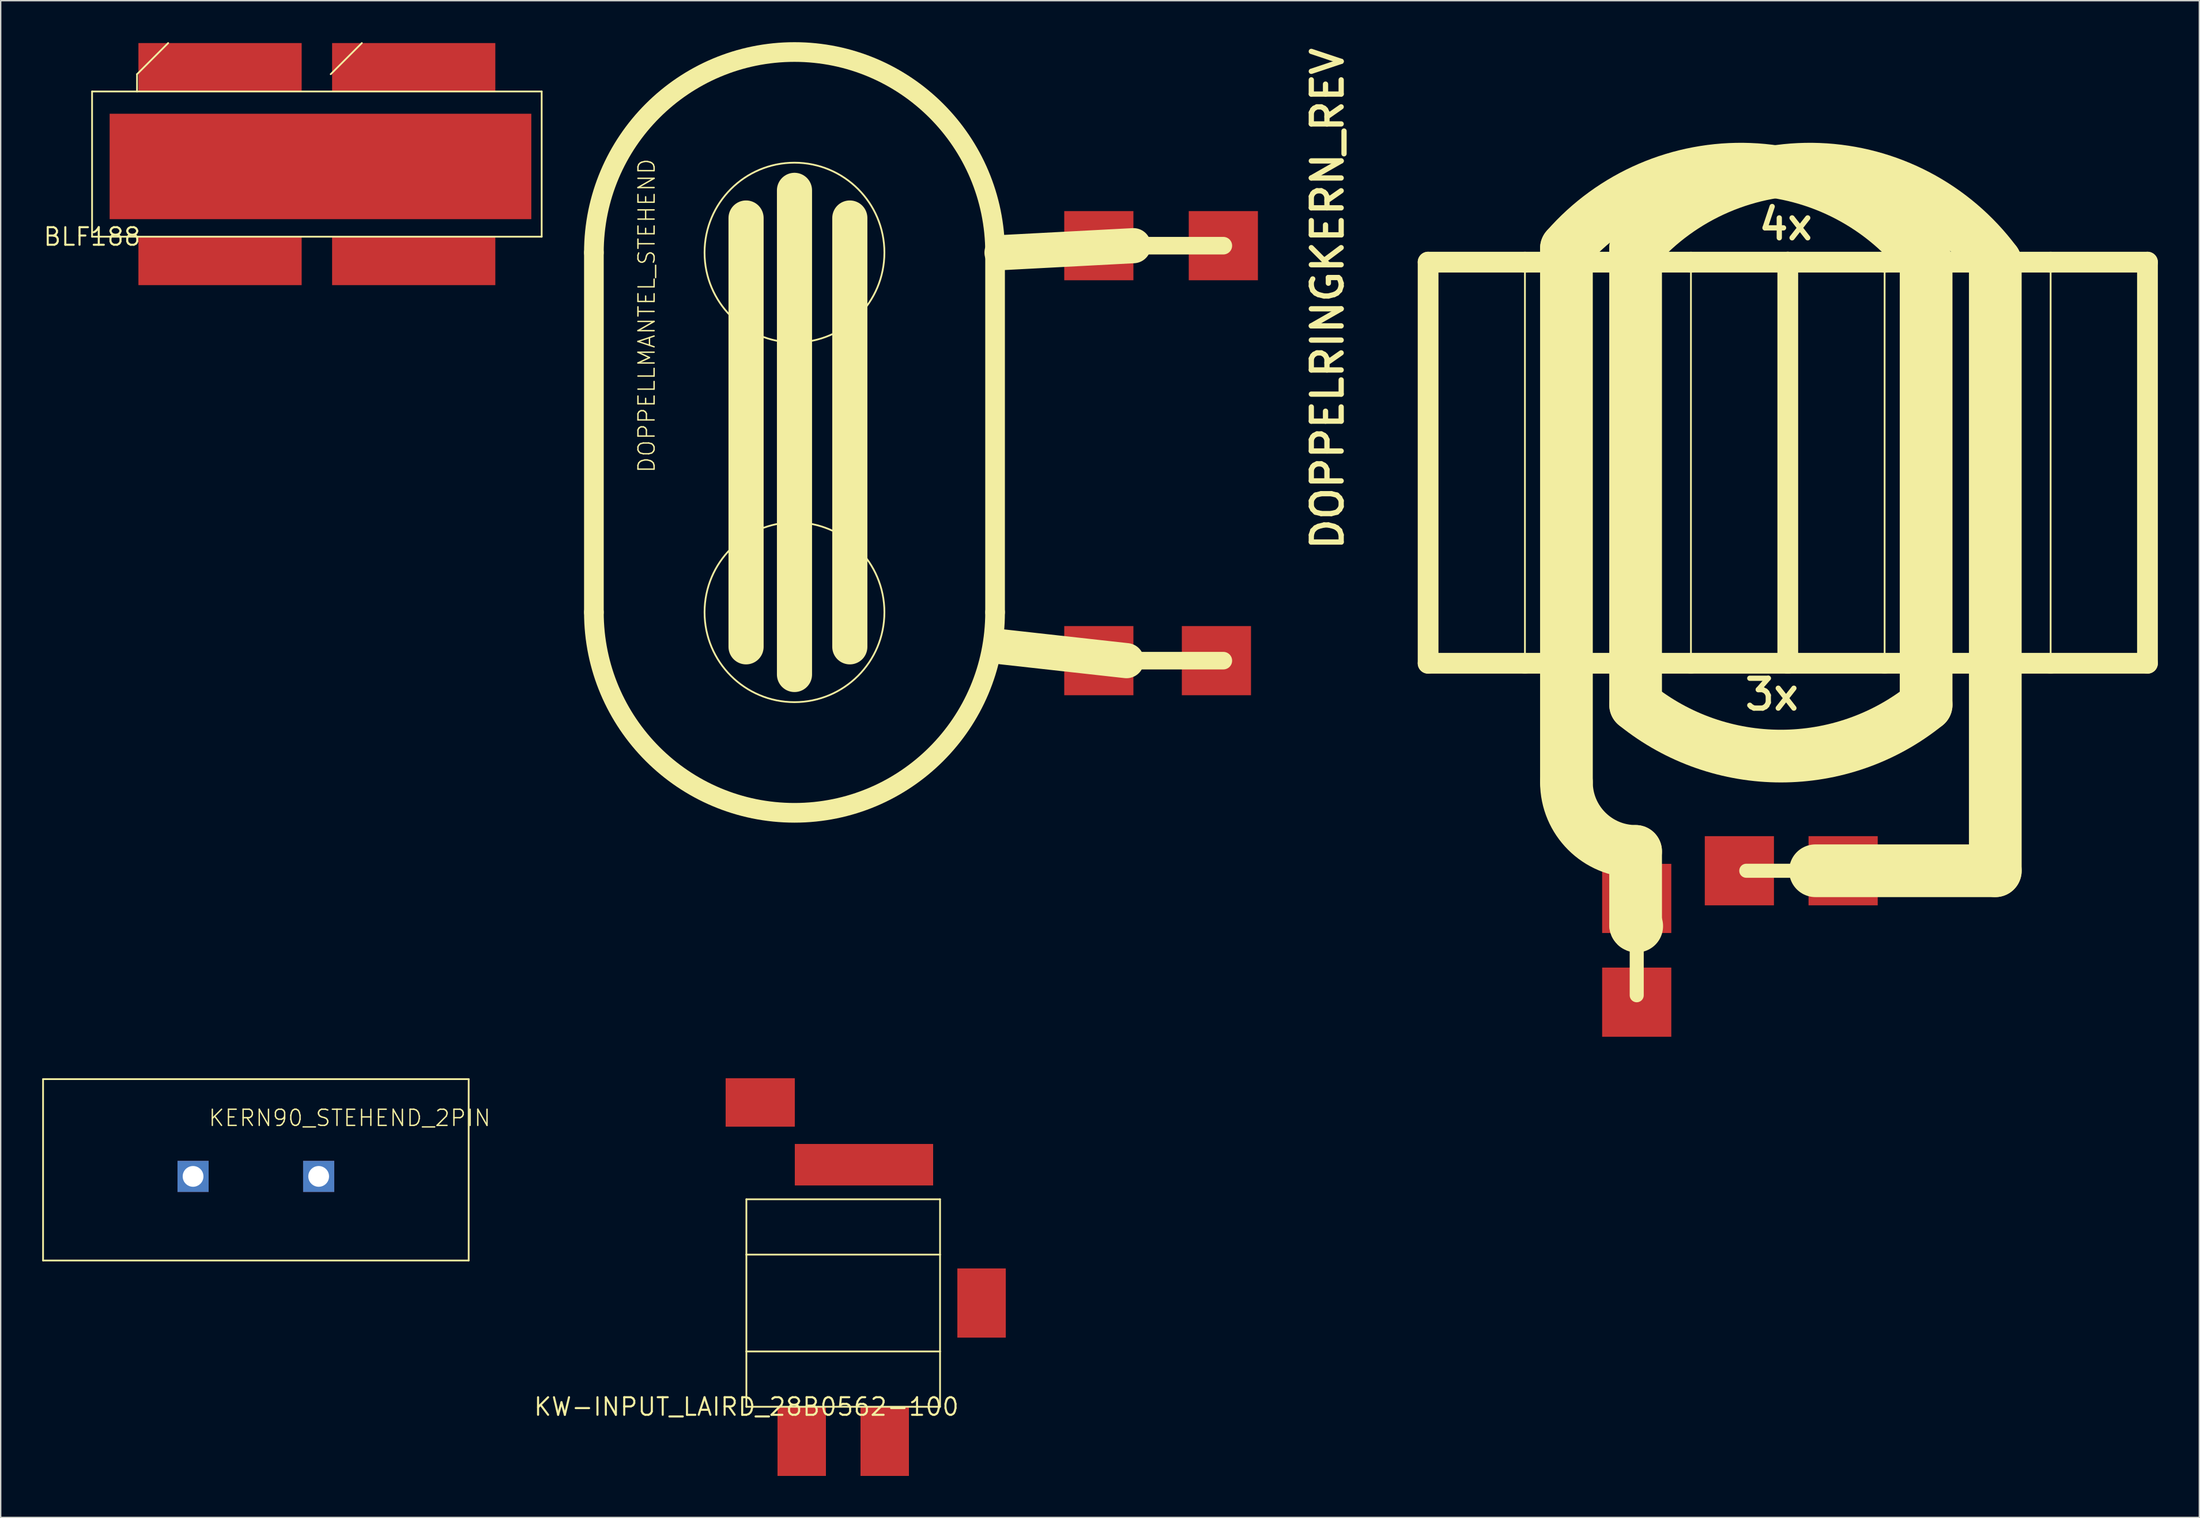
<source format=kicad_pcb>
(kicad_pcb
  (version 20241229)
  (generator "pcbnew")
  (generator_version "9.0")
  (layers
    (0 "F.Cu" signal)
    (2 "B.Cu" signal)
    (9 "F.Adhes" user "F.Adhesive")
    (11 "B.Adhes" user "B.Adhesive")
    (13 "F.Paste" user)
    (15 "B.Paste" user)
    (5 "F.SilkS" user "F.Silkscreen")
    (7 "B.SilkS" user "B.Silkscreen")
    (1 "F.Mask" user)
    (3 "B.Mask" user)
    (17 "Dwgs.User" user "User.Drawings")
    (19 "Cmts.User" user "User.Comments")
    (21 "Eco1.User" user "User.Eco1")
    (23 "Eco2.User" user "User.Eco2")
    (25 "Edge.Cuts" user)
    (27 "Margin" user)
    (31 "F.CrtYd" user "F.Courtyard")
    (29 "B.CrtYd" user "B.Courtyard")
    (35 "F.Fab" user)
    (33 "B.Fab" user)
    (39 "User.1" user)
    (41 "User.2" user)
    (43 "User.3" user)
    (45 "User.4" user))
  (footprint "BLF188"
    (layer "F.Cu")
    (at 3.606 14.063)
    (property "Reference" "BLF188" (at 0 0 0) (layer "F.SilkS") (effects (font (size 1.27 1.27) (thickness 0.15))))
    (fp_line (start 0 -10.5) (end 0 0) (stroke (width 0.127) (type solid)) (layer "F.SilkS"))
    (fp_line (start 0 0) (end 32.5 0) (stroke (width 0.127) (type solid)) (layer "F.SilkS"))
    (fp_line (start 3.25 -11.75) (end 5.5 -14) (stroke (width 0.127) (type solid)) (layer "F.SilkS"))
    (fp_line (start 3.25 -10.5) (end 0 -10.5) (stroke (width 0.127) (type solid)) (layer "F.SilkS"))
    (fp_line (start 3.25 -10.5) (end 3.25 -11.75) (stroke (width 0.127) (type solid)) (layer "F.SilkS"))
    (fp_line (start 17.25 -11.75) (end 19.5 -14) (stroke (width 0.127) (type solid)) (layer "F.SilkS"))
    (fp_line (start 32.5 -10.5) (end 3.25 -10.5) (stroke (width 0.127) (type solid)) (layer "F.SilkS"))
    (fp_line (start 32.5 0) (end 32.5 -10.5) (stroke (width 0.127) (type solid)) (layer "F.SilkS"))
    (pad "1" smd rect (at 9.25 -12.25 90) (size 3.5 11.8) (layers "F.Cu" "F.Mask" "F.Paste"))
    (pad "2" smd rect (at 23.25 -12.25 90) (size 3.5 11.8) (layers "F.Cu" "F.Mask" "F.Paste"))
    (pad "3" smd rect (at 9.25 1.75 90) (size 3.5 11.8) (layers "F.Cu" "F.Mask" "F.Paste"))
    (pad "4" smd rect (at 23.25 1.75 90) (size 3.5 11.8) (layers "F.Cu" "F.Mask" "F.Paste"))
    (pad "PAD" smd rect (at 16.51 -5.08) (size 30.48 7.62) (layers "F.Cu" "F.Mask" "F.Paste")))
  (footprint "DOPPELLMANTEL_STEHEND"
    (layer "F.Cu")
    (at 39.88 55.211)
    (property "Reference" "DOPPELLMANTEL_STEHEND" (at 4.5 -24 90) (layer "F.SilkS") (effects (font (size 1.168 1.168) (thickness 0.102)) (justify left bottom)))
    (fp_line (start 0 -40) (end 0 -14) (stroke (width 1.422) (type solid)) (layer "F.SilkS"))
    (fp_line (start 11 -42.5) (end 11 -11.5) (stroke (width 2.54) (type solid)) (layer "F.SilkS"))
    (fp_line (start 14.5 -44.5) (end 14.5 -9.5) (stroke (width 2.54) (type solid)) (layer "F.SilkS"))
    (fp_line (start 18.5 -42.5) (end 18.5 -11.5) (stroke (width 2.54) (type solid)) (layer "F.SilkS"))
    (fp_line (start 29 -14) (end 29 -40) (stroke (width 1.422) (type solid)) (layer "F.SilkS"))
    (fp_line (start 38.5 -10.5) (end 29.5 -11.5) (stroke (width 2.54) (type solid)) (layer "F.SilkS"))
    (fp_line (start 39 -40.5) (end 29.5 -40) (stroke (width 2.54) (type solid)) (layer "F.SilkS"))
    (fp_line (start 45.5 -40.5) (end 39 -40.5) (stroke (width 1.27) (type solid)) (layer "F.SilkS"))
    (fp_line (start 45.5 -10.5) (end 38.5 -10.5) (stroke (width 1.27) (type solid)) (layer "F.SilkS"))
    (fp_arc (start 0 -40) (mid 14.5 -54.5) (end 29 -40) (stroke (width 1.4224) (type solid)) (layer "F.SilkS"))
    (fp_arc (start 29 -14) (mid 14.5 0.5) (end 0 -14) (stroke (width 1.4224) (type solid)) (layer "F.SilkS"))
    (fp_circle (center 14.5 -40) (end 21 -40) (stroke (width 0.127) (type solid)) (fill no) (layer "F.SilkS"))
    (fp_circle (center 14.5 -14) (end 21 -14) (stroke (width 0.127) (type solid)) (fill no) (layer "F.SilkS"))
    (pad "P1" smd rect (at 45.5 -40.5 270) (size 5 5) (layers "F.Cu" "F.Mask" "F.Paste"))
    (pad "P2" smd rect (at 45 -10.5 90) (size 5 5) (layers "F.Cu" "F.Mask" "F.Paste"))
    (pad "S1" smd rect (at 36.5 -40.5 270) (size 5 5) (layers "F.Cu" "F.Mask" "F.Paste"))
    (pad "S2" smd rect (at 36.5 -10.5 90) (size 5 5) (layers "F.Cu" "F.Mask" "F.Paste")))
  (footprint "DOPPELRINGKERN_REV"
    (layer "F.Cu")
    (at 100.182 15.9)
    (property "Reference" "DOPPELRINGKERN_REV" (at -6 21 90) (layer "F.SilkS") (effects (font (size 2.159 2.159) (thickness 0.381)) (justify left bottom)))
    (fp_line (start 0 0) (end 7 0) (stroke (width 1.5) (type solid)) (layer "F.SilkS"))
    (fp_line (start 0 29) (end 0 0) (stroke (width 1.5) (type solid)) (layer "F.SilkS"))
    (fp_line (start 7 0) (end 19 0) (stroke (width 1.5) (type solid)) (layer "F.SilkS"))
    (fp_line (start 7 29) (end 0 29) (stroke (width 1.5) (type solid)) (layer "F.SilkS"))
    (fp_line (start 7 29) (end 7 0) (stroke (width 0.127) (type solid)) (layer "F.SilkS"))
    (fp_line (start 10 37.6) (end 10 -1) (stroke (width 3.81) (type solid)) (layer "F.SilkS"))
    (fp_line (start 15 32) (end 15 -1) (stroke (width 3.81) (type solid)) (layer "F.SilkS"))
    (fp_line (start 15 47.92) (end 15 42.6) (stroke (width 3.81) (type solid)) (layer "F.SilkS"))
    (fp_line (start 15.08 53) (end 15.08 48) (stroke (width 1.016) (type solid)) (layer "F.SilkS"))
    (fp_line (start 19 0) (end 26 0) (stroke (width 1.5) (type solid)) (layer "F.SilkS"))
    (fp_line (start 19 29) (end 7 29) (stroke (width 1.5) (type solid)) (layer "F.SilkS"))
    (fp_line (start 19 29) (end 19 0) (stroke (width 0.127) (type solid)) (layer "F.SilkS"))
    (fp_line (start 26 0) (end 33 0) (stroke (width 1.5) (type solid)) (layer "F.SilkS"))
    (fp_line (start 26 29) (end 19 29) (stroke (width 1.5) (type solid)) (layer "F.SilkS"))
    (fp_line (start 26 29) (end 26 0) (stroke (width 1.5) (type solid)) (layer "F.SilkS"))
    (fp_line (start 28 44) (end 23 44) (stroke (width 1.016) (type solid)) (layer "F.SilkS"))
    (fp_line (start 33 0) (end 36 0) (stroke (width 1.5) (type solid)) (layer "F.SilkS"))
    (fp_line (start 33 29) (end 26 29) (stroke (width 1.5) (type solid)) (layer "F.SilkS"))
    (fp_line (start 33 29) (end 33 0) (stroke (width 0.127) (type solid)) (layer "F.SilkS"))
    (fp_line (start 36 0) (end 36 32) (stroke (width 3.81) (type solid)) (layer "F.SilkS"))
    (fp_line (start 36 0) (end 41 0) (stroke (width 1.5) (type solid)) (layer "F.SilkS"))
    (fp_line (start 41 0) (end 41 44) (stroke (width 3.81) (type solid)) (layer "F.SilkS"))
    (fp_line (start 41 0) (end 45 0) (stroke (width 1.5) (type solid)) (layer "F.SilkS"))
    (fp_line (start 41 44) (end 28 44) (stroke (width 3.81) (type solid)) (layer "F.SilkS"))
    (fp_line (start 45 0) (end 52 0) (stroke (width 1.5) (type solid)) (layer "F.SilkS"))
    (fp_line (start 45 29) (end 33 29) (stroke (width 1.5) (type solid)) (layer "F.SilkS"))
    (fp_line (start 45 29) (end 45 0) (stroke (width 0.127) (type solid)) (layer "F.SilkS"))
    (fp_line (start 52 0) (end 52 29) (stroke (width 1.5) (type solid)) (layer "F.SilkS"))
    (fp_line (start 52 29) (end 45 29) (stroke (width 1.5) (type solid)) (layer "F.SilkS"))
    (fp_arc (start 10 -1) (mid 23.238818 -6.709274) (end 35.999999 0) (stroke (width 3.81) (type solid)) (layer "F.SilkS"))
    (fp_arc (start 15 -1) (mid 28.238818 -6.709274) (end 40.999999 0) (stroke (width 3.81) (type solid)) (layer "F.SilkS"))
    (fp_arc (start 15 42.6) (mid 11.464466 41.135534) (end 10 37.6) (stroke (width 3.81) (type solid)) (layer "F.SilkS"))
    (fp_arc (start 15.08 48) (mid 15.023431 47.976569) (end 15 47.92) (stroke (width 3.81) (type solid)) (layer "F.SilkS"))
    (fp_arc (start 36 32) (mid 25.499999 35.710775) (end 14.999999 31.999999) (stroke (width 3.81) (type solid)) (layer "F.SilkS"))
    (fp_text user "4x" (at 28 -4 0) (layer "F.SilkS") (effects (font (size 2.159 2.159) (thickness 0.381)) (justify right top)))
    (fp_text user "3x" (at 27 30 0) (layer "F.SilkS") (effects (font (size 2.159 2.159) (thickness 0.381)) (justify right top)))
    (pad "P1" smd rect (at 15.08 53.5 180) (size 5 5) (layers "F.Cu" "F.Mask" "F.Paste"))
    (pad "P2" smd rect (at 22.5 44 180) (size 5 5) (layers "F.Cu" "F.Mask" "F.Paste"))
    (pad "S1" smd rect (at 15.08 46 180) (size 5 5) (layers "F.Cu" "F.Mask" "F.Paste"))
    (pad "S2" smd rect (at 30 44 180) (size 5 5) (layers "F.Cu" "F.Mask" "F.Paste")))
  (footprint "KERN90_STEHEND_2PIN"
    (layer "F.Cu")
    (at 15.446 81.996)
    (property "Reference" "KERN90_STEHEND_2PIN" (at -3.493 -3.54 0) (layer "F.SilkS") (effects (font (size 1.168 1.168) (thickness 0.102)) (justify left bottom)))
    (fp_line (start -15.383 -7.032) (end -15.383 6.08) (stroke (width 0.127) (type solid)) (layer "F.SilkS"))
    (fp_line (start -15.383 6.08) (end 15.383 6.08) (stroke (width 0.127) (type solid)) (layer "F.SilkS"))
    (fp_line (start 15.383 -7.032) (end -15.383 -7.032) (stroke (width 0.127) (type solid)) (layer "F.SilkS"))
    (fp_line (start 15.383 6.08) (end 15.383 -7.032) (stroke (width 0.127) (type solid)) (layer "F.SilkS"))
    (pad "P$1" thru_hole rect (at -4.54 0) (size 2.25 2.25) (drill 1.5) (layers "*.Cu" "*.Mask"))
    (pad "P$2" thru_hole rect (at 4.54 0) (size 2.25 2.25) (drill 1.5) (layers "*.Cu" "*.Mask")))
  (footprint "KW-INPUT_LAIRD_28B0562-100"
    (layer "F.Cu")
    (at 50.903 98.65)
    (property "Reference" "KW-INPUT_LAIRD_28B0562-100" (at 0 0 0) (layer "F.SilkS") (effects (font (size 1.27 1.27) (thickness 0.15))))
    (fp_line (start 0 -15) (end 0 -11) (stroke (width 0.127) (type solid)) (layer "F.SilkS"))
    (fp_line (start 0 -11) (end 0 -4) (stroke (width 0.127) (type solid)) (layer "F.SilkS"))
    (fp_line (start 0 -11) (end 14 -11) (stroke (width 0.127) (type solid)) (layer "F.SilkS"))
    (fp_line (start 0 -4) (end 0 0) (stroke (width 0.127) (type solid)) (layer "F.SilkS"))
    (fp_line (start 0 -4) (end 14 -4) (stroke (width 0.127) (type solid)) (layer "F.SilkS"))
    (fp_line (start 0 0) (end 14 0) (stroke (width 0.127) (type solid)) (layer "F.SilkS"))
    (fp_line (start 14 -15) (end 0 -15) (stroke (width 0.127) (type solid)) (layer "F.SilkS"))
    (fp_line (start 14 -11) (end 14 -15) (stroke (width 0.127) (type solid)) (layer "F.SilkS"))
    (fp_line (start 14 -4) (end 14 -11) (stroke (width 0.127) (type solid)) (layer "F.SilkS"))
    (fp_line (start 14 0) (end 14 -4) (stroke (width 0.127) (type solid)) (layer "F.SilkS"))
    (pad "COM" smd rect (at 8.5 -17.5) (size 10 3) (layers "F.Cu" "F.Mask" "F.Paste"))
    (pad "GND" smd rect (at 17 -7.5 270) (size 5 3.5) (layers "F.Cu" "F.Mask" "F.Paste"))
    (pad "IN" smd rect (at 1 -22 180) (size 5 3.5) (layers "F.Cu" "F.Mask" "F.Paste"))
    (pad "OUT1" smd rect (at 4 2.5 90) (size 5 3.5) (layers "F.Cu" "F.Mask" "F.Paste"))
    (pad "OUT2" smd rect (at 10 2.5 90) (size 5 3.5) (layers "F.Cu" "F.Mask" "F.Paste")))
  (gr_rect
    (start -3 -3)
    (end 155.932 106.65)
    (stroke (width 0.1) (type default))
    (fill no)
    (layer "Edge.Cuts")))
</source>
